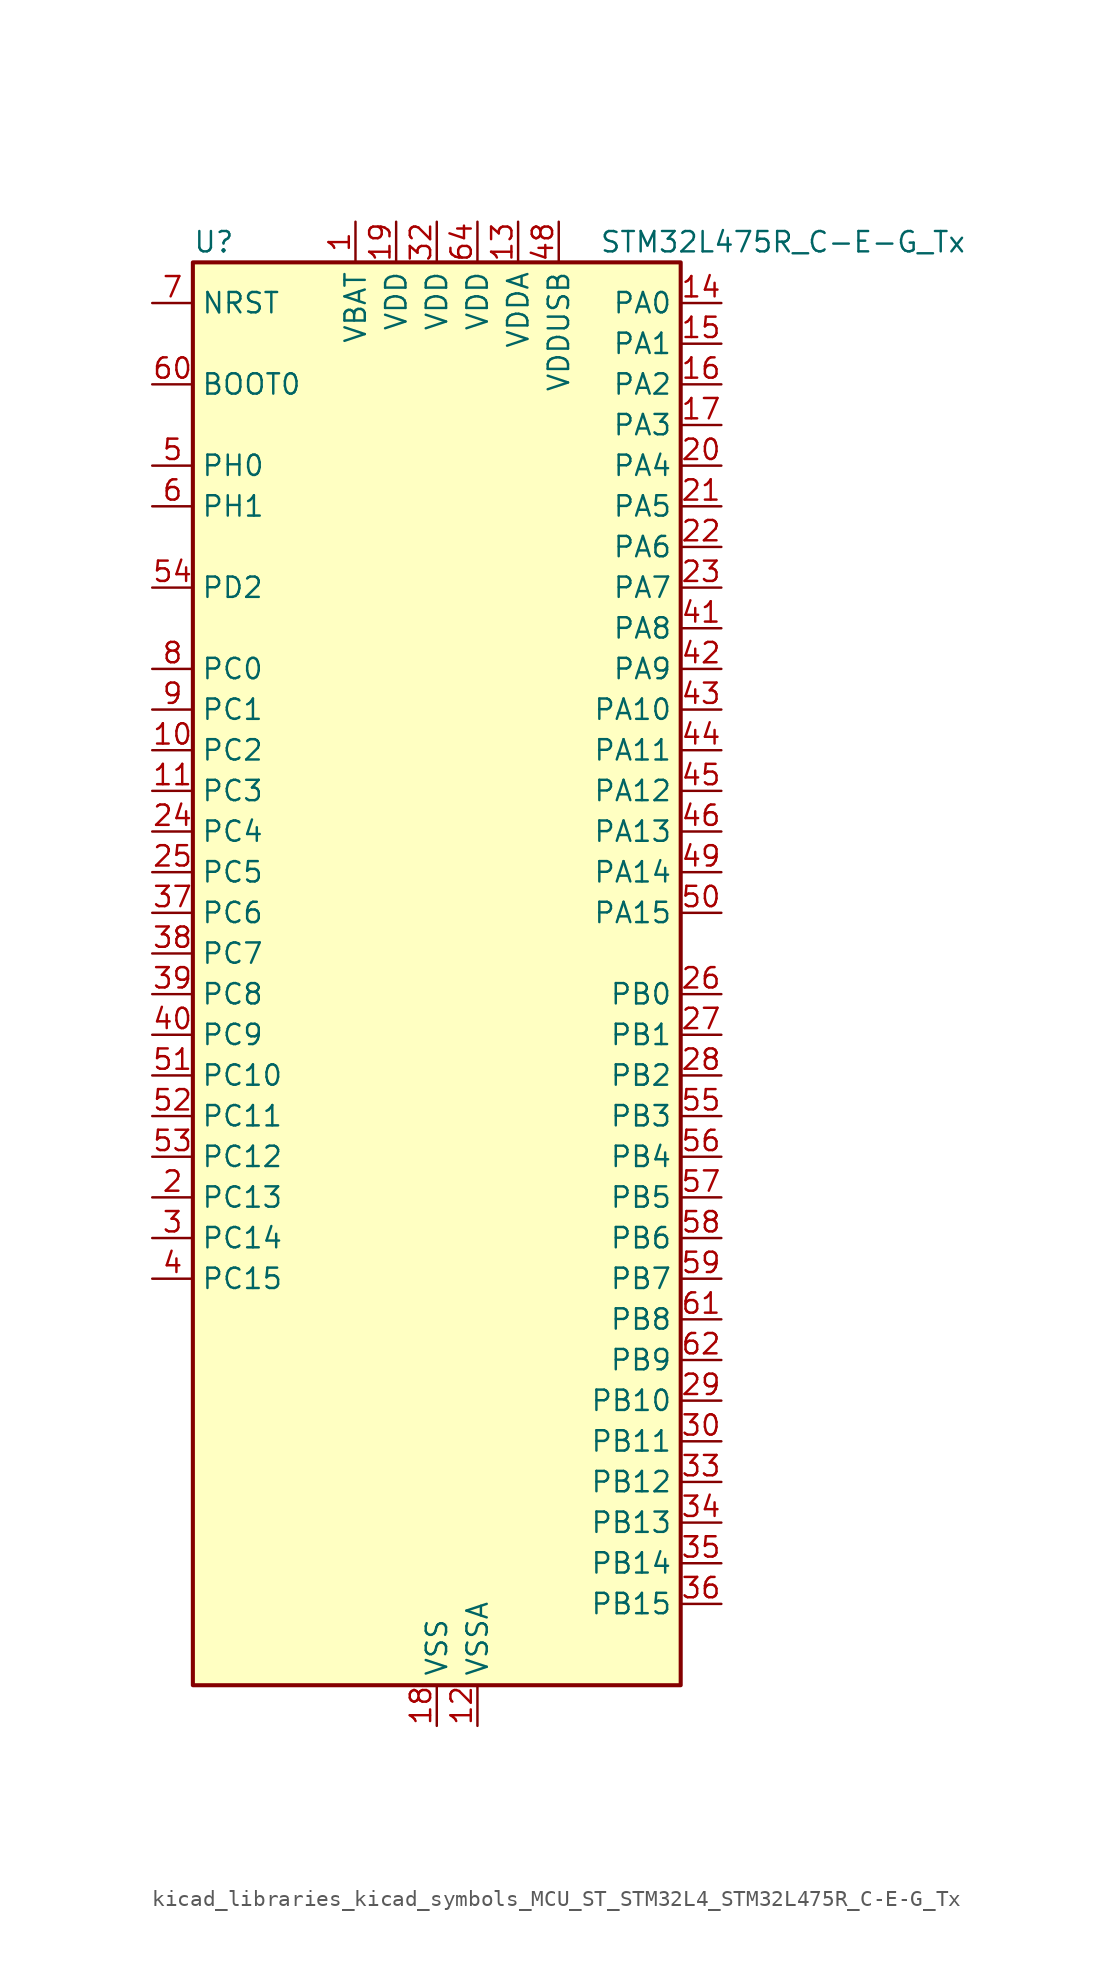
<source format=kicad_sym>
(kicad_symbol_lib
  (version 20220914)
  (generator kicad_symbol_editor)
  (symbol "kicad_libraries_kicad_symbols_MCU_ST_STM32L4_STM32L475R_C-E-G_Tx"
    (property "Reference" "U"
      (at -15.24 46.99 0)
      (effects (font (size 1.27 1.27)) (justify left)))
    (property "Value" "STM32L475R_C-E-G_Tx"
      (at 10.16 46.99 0)
      (effects (font (size 1.27 1.27)) (justify left)))
    (property "ki_locked" ""
      (at 0 0 0)
      (effects (font (size 1.27 1.27))))
    (symbol "kicad_libraries_kicad_symbols_MCU_ST_STM32L4_STM32L475R_C-E-G_Tx_0_1"
      (rectangle (start -15.24 -43.18) (end 15.24 45.72) (stroke (width 0.254) (type default)) (fill (type background))))
    (symbol "kicad_libraries_kicad_symbols_MCU_ST_STM32L4_STM32L475R_C-E-G_Tx_1_1"
      (pin power_in line (at -5.08 48.26 270) (length 2.54) (name "VBAT" (effects (font (size 1.27 1.27)))) (number "1" (effects (font (size 1.27 1.27)))))
      (pin bidirectional line (at -17.78 15.24 0) (length 2.54) (name "PC2" (effects (font (size 1.27 1.27)))) (number "10" (effects (font (size 1.27 1.27)))) (alternate "ADC1_IN3" bidirectional line) (alternate "ADC2_IN3" bidirectional line) (alternate "ADC3_IN3" bidirectional line) (alternate "DFSDM1_CKOUT" bidirectional line) (alternate "LPTIM1_IN2" bidirectional line) (alternate "SPI2_MISO" bidirectional line))
      (pin bidirectional line (at -17.78 12.7 0) (length 2.54) (name "PC3" (effects (font (size 1.27 1.27)))) (number "11" (effects (font (size 1.27 1.27)))) (alternate "ADC1_IN4" bidirectional line) (alternate "ADC2_IN4" bidirectional line) (alternate "ADC3_IN4" bidirectional line) (alternate "LPTIM1_ETR" bidirectional line) (alternate "LPTIM2_ETR" bidirectional line) (alternate "SAI1_SD_A" bidirectional line) (alternate "SPI2_MOSI" bidirectional line))
      (pin power_in line (at 2.54 -45.72 90) (length 2.54) (name "VSSA" (effects (font (size 1.27 1.27)))) (number "12" (effects (font (size 1.27 1.27)))))
      (pin power_in line (at 5.08 48.26 270) (length 2.54) (name "VDDA" (effects (font (size 1.27 1.27)))) (number "13" (effects (font (size 1.27 1.27)))))
      (pin bidirectional line (at 17.78 43.18 180) (length 2.54) (name "PA0" (effects (font (size 1.27 1.27)))) (number "14" (effects (font (size 1.27 1.27)))) (alternate "ADC1_IN5" bidirectional line) (alternate "ADC2_IN5" bidirectional line) (alternate "OPAMP1_VINP" bidirectional line) (alternate "RTC_TAMP2" bidirectional line) (alternate "SAI1_EXTCLK" bidirectional line) (alternate "SYS_WKUP1" bidirectional line) (alternate "TIM2_CH1" bidirectional line) (alternate "TIM2_ETR" bidirectional line) (alternate "TIM5_CH1" bidirectional line) (alternate "TIM8_ETR" bidirectional line) (alternate "UART4_TX" bidirectional line) (alternate "USART2_CTS" bidirectional line))
      (pin bidirectional line (at 17.78 40.64 180) (length 2.54) (name "PA1" (effects (font (size 1.27 1.27)))) (number "15" (effects (font (size 1.27 1.27)))) (alternate "ADC1_IN6" bidirectional line) (alternate "ADC2_IN6" bidirectional line) (alternate "OPAMP1_VINM" bidirectional line) (alternate "TIM15_CH1N" bidirectional line) (alternate "TIM2_CH2" bidirectional line) (alternate "TIM5_CH2" bidirectional line) (alternate "UART4_RX" bidirectional line) (alternate "USART2_DE" bidirectional line) (alternate "USART2_RTS" bidirectional line))
      (pin bidirectional line (at 17.78 38.1 180) (length 2.54) (name "PA2" (effects (font (size 1.27 1.27)))) (number "16" (effects (font (size 1.27 1.27)))) (alternate "ADC1_IN7" bidirectional line) (alternate "ADC2_IN7" bidirectional line) (alternate "RCC_LSCO" bidirectional line) (alternate "SAI2_EXTCLK" bidirectional line) (alternate "SYS_WKUP4" bidirectional line) (alternate "TIM15_CH1" bidirectional line) (alternate "TIM2_CH3" bidirectional line) (alternate "TIM5_CH3" bidirectional line) (alternate "USART2_TX" bidirectional line))
      (pin bidirectional line (at 17.78 35.56 180) (length 2.54) (name "PA3" (effects (font (size 1.27 1.27)))) (number "17" (effects (font (size 1.27 1.27)))) (alternate "ADC1_IN8" bidirectional line) (alternate "ADC2_IN8" bidirectional line) (alternate "OPAMP1_VOUT" bidirectional line) (alternate "TIM15_CH2" bidirectional line) (alternate "TIM2_CH4" bidirectional line) (alternate "TIM5_CH4" bidirectional line) (alternate "USART2_RX" bidirectional line))
      (pin power_in line (at 0 -45.72 90) (length 2.54) (name "VSS" (effects (font (size 1.27 1.27)))) (number "18" (effects (font (size 1.27 1.27)))))
      (pin power_in line (at -2.54 48.26 270) (length 2.54) (name "VDD" (effects (font (size 1.27 1.27)))) (number "19" (effects (font (size 1.27 1.27)))))
      (pin bidirectional line (at -17.78 -12.7 0) (length 2.54) (name "PC13" (effects (font (size 1.27 1.27)))) (number "2" (effects (font (size 1.27 1.27)))) (alternate "RTC_OUT_ALARM" bidirectional line) (alternate "RTC_OUT_CALIB" bidirectional line) (alternate "RTC_TAMP1" bidirectional line) (alternate "RTC_TS" bidirectional line) (alternate "SYS_WKUP2" bidirectional line))
      (pin bidirectional line (at 17.78 33.02 180) (length 2.54) (name "PA4" (effects (font (size 1.27 1.27)))) (number "20" (effects (font (size 1.27 1.27)))) (alternate "ADC1_IN9" bidirectional line) (alternate "ADC2_IN9" bidirectional line) (alternate "DAC1_OUT1" bidirectional line) (alternate "LPTIM2_OUT" bidirectional line) (alternate "SAI1_FS_B" bidirectional line) (alternate "SPI1_NSS" bidirectional line) (alternate "SPI3_NSS" bidirectional line) (alternate "USART2_CK" bidirectional line))
      (pin bidirectional line (at 17.78 30.48 180) (length 2.54) (name "PA5" (effects (font (size 1.27 1.27)))) (number "21" (effects (font (size 1.27 1.27)))) (alternate "ADC1_IN10" bidirectional line) (alternate "ADC2_IN10" bidirectional line) (alternate "DAC1_OUT2" bidirectional line) (alternate "LPTIM2_ETR" bidirectional line) (alternate "SPI1_SCK" bidirectional line) (alternate "TIM2_CH1" bidirectional line) (alternate "TIM2_ETR" bidirectional line) (alternate "TIM8_CH1N" bidirectional line))
      (pin bidirectional line (at 17.78 27.94 180) (length 2.54) (name "PA6" (effects (font (size 1.27 1.27)))) (number "22" (effects (font (size 1.27 1.27)))) (alternate "ADC1_IN11" bidirectional line) (alternate "ADC2_IN11" bidirectional line) (alternate "OPAMP2_VINP" bidirectional line) (alternate "QUADSPI_BK1_IO3" bidirectional line) (alternate "SPI1_MISO" bidirectional line) (alternate "TIM16_CH1" bidirectional line) (alternate "TIM1_BKIN" bidirectional line) (alternate "TIM1_BKIN_COMP2" bidirectional line) (alternate "TIM3_CH1" bidirectional line) (alternate "TIM8_BKIN" bidirectional line) (alternate "TIM8_BKIN_COMP2" bidirectional line) (alternate "USART3_CTS" bidirectional line))
      (pin bidirectional line (at 17.78 25.4 180) (length 2.54) (name "PA7" (effects (font (size 1.27 1.27)))) (number "23" (effects (font (size 1.27 1.27)))) (alternate "ADC1_IN12" bidirectional line) (alternate "ADC2_IN12" bidirectional line) (alternate "OPAMP2_VINM" bidirectional line) (alternate "QUADSPI_BK1_IO2" bidirectional line) (alternate "SPI1_MOSI" bidirectional line) (alternate "TIM17_CH1" bidirectional line) (alternate "TIM1_CH1N" bidirectional line) (alternate "TIM3_CH2" bidirectional line) (alternate "TIM8_CH1N" bidirectional line))
      (pin bidirectional line (at -17.78 10.16 0) (length 2.54) (name "PC4" (effects (font (size 1.27 1.27)))) (number "24" (effects (font (size 1.27 1.27)))) (alternate "ADC1_IN13" bidirectional line) (alternate "ADC2_IN13" bidirectional line) (alternate "COMP1_INM" bidirectional line) (alternate "USART3_TX" bidirectional line))
      (pin bidirectional line (at -17.78 7.62 0) (length 2.54) (name "PC5" (effects (font (size 1.27 1.27)))) (number "25" (effects (font (size 1.27 1.27)))) (alternate "ADC1_IN14" bidirectional line) (alternate "ADC2_IN14" bidirectional line) (alternate "COMP1_INP" bidirectional line) (alternate "SYS_WKUP5" bidirectional line) (alternate "USART3_RX" bidirectional line))
      (pin bidirectional line (at 17.78 0 180) (length 2.54) (name "PB0" (effects (font (size 1.27 1.27)))) (number "26" (effects (font (size 1.27 1.27)))) (alternate "ADC1_IN15" bidirectional line) (alternate "ADC2_IN15" bidirectional line) (alternate "COMP1_OUT" bidirectional line) (alternate "OPAMP2_VOUT" bidirectional line) (alternate "QUADSPI_BK1_IO1" bidirectional line) (alternate "TIM1_CH2N" bidirectional line) (alternate "TIM3_CH3" bidirectional line) (alternate "TIM8_CH2N" bidirectional line) (alternate "USART3_CK" bidirectional line))
      (pin bidirectional line (at 17.78 -2.54 180) (length 2.54) (name "PB1" (effects (font (size 1.27 1.27)))) (number "27" (effects (font (size 1.27 1.27)))) (alternate "ADC1_IN16" bidirectional line) (alternate "ADC2_IN16" bidirectional line) (alternate "COMP1_INM" bidirectional line) (alternate "DFSDM1_DATIN0" bidirectional line) (alternate "LPTIM2_IN1" bidirectional line) (alternate "QUADSPI_BK1_IO0" bidirectional line) (alternate "TIM1_CH3N" bidirectional line) (alternate "TIM3_CH4" bidirectional line) (alternate "TIM8_CH3N" bidirectional line) (alternate "USART3_DE" bidirectional line) (alternate "USART3_RTS" bidirectional line))
      (pin bidirectional line (at 17.78 -5.08 180) (length 2.54) (name "PB2" (effects (font (size 1.27 1.27)))) (number "28" (effects (font (size 1.27 1.27)))) (alternate "COMP1_INP" bidirectional line) (alternate "DFSDM1_CKIN0" bidirectional line) (alternate "I2C3_SMBA" bidirectional line) (alternate "LPTIM1_OUT" bidirectional line) (alternate "RTC_OUT_ALARM" bidirectional line) (alternate "RTC_OUT_CALIB" bidirectional line))
      (pin bidirectional line (at 17.78 -25.4 180) (length 2.54) (name "PB10" (effects (font (size 1.27 1.27)))) (number "29" (effects (font (size 1.27 1.27)))) (alternate "COMP1_OUT" bidirectional line) (alternate "DFSDM1_DATIN7" bidirectional line) (alternate "I2C2_SCL" bidirectional line) (alternate "LPUART1_RX" bidirectional line) (alternate "QUADSPI_CLK" bidirectional line) (alternate "SAI1_SCK_A" bidirectional line) (alternate "SPI2_SCK" bidirectional line) (alternate "TIM2_CH3" bidirectional line) (alternate "USART3_TX" bidirectional line))
      (pin bidirectional line (at -17.78 -15.24 0) (length 2.54) (name "PC14" (effects (font (size 1.27 1.27)))) (number "3" (effects (font (size 1.27 1.27)))) (alternate "RCC_OSC32_IN" bidirectional line))
      (pin bidirectional line (at 17.78 -27.94 180) (length 2.54) (name "PB11" (effects (font (size 1.27 1.27)))) (number "30" (effects (font (size 1.27 1.27)))) (alternate "ADC1_EXTI11" bidirectional line) (alternate "ADC2_EXTI11" bidirectional line) (alternate "ADC3_EXTI11" bidirectional line) (alternate "COMP2_OUT" bidirectional line) (alternate "DFSDM1_CKIN7" bidirectional line) (alternate "I2C2_SDA" bidirectional line) (alternate "LPUART1_TX" bidirectional line) (alternate "QUADSPI_NCS" bidirectional line) (alternate "TIM2_CH4" bidirectional line) (alternate "USART3_RX" bidirectional line))
      (pin passive line (at 0 -45.72 90) (length 2.54) hide (name "VSS" (effects (font (size 1.27 1.27)))) (number "31" (effects (font (size 1.27 1.27)))))
      (pin power_in line (at 0 48.26 270) (length 2.54) (name "VDD" (effects (font (size 1.27 1.27)))) (number "32" (effects (font (size 1.27 1.27)))))
      (pin bidirectional line (at 17.78 -30.48 180) (length 2.54) (name "PB12" (effects (font (size 1.27 1.27)))) (number "33" (effects (font (size 1.27 1.27)))) (alternate "DFSDM1_DATIN1" bidirectional line) (alternate "I2C2_SMBA" bidirectional line) (alternate "LPUART1_DE" bidirectional line) (alternate "LPUART1_RTS" bidirectional line) (alternate "SAI2_FS_A" bidirectional line) (alternate "SPI2_NSS" bidirectional line) (alternate "SWPMI1_IO" bidirectional line) (alternate "TIM15_BKIN" bidirectional line) (alternate "TIM1_BKIN" bidirectional line) (alternate "TIM1_BKIN_COMP2" bidirectional line) (alternate "TSC_G1_IO1" bidirectional line) (alternate "USART3_CK" bidirectional line))
      (pin bidirectional line (at 17.78 -33.02 180) (length 2.54) (name "PB13" (effects (font (size 1.27 1.27)))) (number "34" (effects (font (size 1.27 1.27)))) (alternate "DFSDM1_CKIN1" bidirectional line) (alternate "I2C2_SCL" bidirectional line) (alternate "LPUART1_CTS" bidirectional line) (alternate "SAI2_SCK_A" bidirectional line) (alternate "SPI2_SCK" bidirectional line) (alternate "SWPMI1_TX" bidirectional line) (alternate "TIM15_CH1N" bidirectional line) (alternate "TIM1_CH1N" bidirectional line) (alternate "TSC_G1_IO2" bidirectional line) (alternate "USART3_CTS" bidirectional line))
      (pin bidirectional line (at 17.78 -35.56 180) (length 2.54) (name "PB14" (effects (font (size 1.27 1.27)))) (number "35" (effects (font (size 1.27 1.27)))) (alternate "DFSDM1_DATIN2" bidirectional line) (alternate "I2C2_SDA" bidirectional line) (alternate "SAI2_MCLK_A" bidirectional line) (alternate "SPI2_MISO" bidirectional line) (alternate "SWPMI1_RX" bidirectional line) (alternate "TIM15_CH1" bidirectional line) (alternate "TIM1_CH2N" bidirectional line) (alternate "TIM8_CH2N" bidirectional line) (alternate "TSC_G1_IO3" bidirectional line) (alternate "USART3_DE" bidirectional line) (alternate "USART3_RTS" bidirectional line))
      (pin bidirectional line (at 17.78 -38.1 180) (length 2.54) (name "PB15" (effects (font (size 1.27 1.27)))) (number "36" (effects (font (size 1.27 1.27)))) (alternate "ADC1_EXTI15" bidirectional line) (alternate "ADC2_EXTI15" bidirectional line) (alternate "ADC3_EXTI15" bidirectional line) (alternate "DFSDM1_CKIN2" bidirectional line) (alternate "RTC_REFIN" bidirectional line) (alternate "SAI2_SD_A" bidirectional line) (alternate "SPI2_MOSI" bidirectional line) (alternate "SWPMI1_SUSPEND" bidirectional line) (alternate "TIM15_CH2" bidirectional line) (alternate "TIM1_CH3N" bidirectional line) (alternate "TIM8_CH3N" bidirectional line) (alternate "TSC_G1_IO4" bidirectional line))
      (pin bidirectional line (at -17.78 5.08 0) (length 2.54) (name "PC6" (effects (font (size 1.27 1.27)))) (number "37" (effects (font (size 1.27 1.27)))) (alternate "DFSDM1_CKIN3" bidirectional line) (alternate "SAI2_MCLK_A" bidirectional line) (alternate "SDMMC1_D6" bidirectional line) (alternate "TIM3_CH1" bidirectional line) (alternate "TIM8_CH1" bidirectional line) (alternate "TSC_G4_IO1" bidirectional line))
      (pin bidirectional line (at -17.78 2.54 0) (length 2.54) (name "PC7" (effects (font (size 1.27 1.27)))) (number "38" (effects (font (size 1.27 1.27)))) (alternate "DFSDM1_DATIN3" bidirectional line) (alternate "SAI2_MCLK_B" bidirectional line) (alternate "SDMMC1_D7" bidirectional line) (alternate "TIM3_CH2" bidirectional line) (alternate "TIM8_CH2" bidirectional line) (alternate "TSC_G4_IO2" bidirectional line))
      (pin bidirectional line (at -17.78 0 0) (length 2.54) (name "PC8" (effects (font (size 1.27 1.27)))) (number "39" (effects (font (size 1.27 1.27)))) (alternate "SDMMC1_D0" bidirectional line) (alternate "TIM3_CH3" bidirectional line) (alternate "TIM8_CH3" bidirectional line) (alternate "TSC_G4_IO3" bidirectional line))
      (pin bidirectional line (at -17.78 -17.78 0) (length 2.54) (name "PC15" (effects (font (size 1.27 1.27)))) (number "4" (effects (font (size 1.27 1.27)))) (alternate "ADC1_EXTI15" bidirectional line) (alternate "ADC2_EXTI15" bidirectional line) (alternate "ADC3_EXTI15" bidirectional line) (alternate "RCC_OSC32_OUT" bidirectional line))
      (pin bidirectional line (at -17.78 -2.54 0) (length 2.54) (name "PC9" (effects (font (size 1.27 1.27)))) (number "40" (effects (font (size 1.27 1.27)))) (alternate "DAC1_EXTI9" bidirectional line) (alternate "SAI2_EXTCLK" bidirectional line) (alternate "SDMMC1_D1" bidirectional line) (alternate "TIM3_CH4" bidirectional line) (alternate "TIM8_BKIN2" bidirectional line) (alternate "TIM8_BKIN2_COMP1" bidirectional line) (alternate "TIM8_CH4" bidirectional line) (alternate "TSC_G4_IO4" bidirectional line) (alternate "USB_OTG_FS_NOE" bidirectional line))
      (pin bidirectional line (at 17.78 22.86 180) (length 2.54) (name "PA8" (effects (font (size 1.27 1.27)))) (number "41" (effects (font (size 1.27 1.27)))) (alternate "LPTIM2_OUT" bidirectional line) (alternate "RCC_MCO" bidirectional line) (alternate "TIM1_CH1" bidirectional line) (alternate "USART1_CK" bidirectional line) (alternate "USB_OTG_FS_SOF" bidirectional line))
      (pin bidirectional line (at 17.78 20.32 180) (length 2.54) (name "PA9" (effects (font (size 1.27 1.27)))) (number "42" (effects (font (size 1.27 1.27)))) (alternate "DAC1_EXTI9" bidirectional line) (alternate "TIM15_BKIN" bidirectional line) (alternate "TIM1_CH2" bidirectional line) (alternate "USART1_TX" bidirectional line) (alternate "USB_OTG_FS_VBUS" bidirectional line))
      (pin bidirectional line (at 17.78 17.78 180) (length 2.54) (name "PA10" (effects (font (size 1.27 1.27)))) (number "43" (effects (font (size 1.27 1.27)))) (alternate "TIM17_BKIN" bidirectional line) (alternate "TIM1_CH3" bidirectional line) (alternate "USART1_RX" bidirectional line) (alternate "USB_OTG_FS_ID" bidirectional line))
      (pin bidirectional line (at 17.78 15.24 180) (length 2.54) (name "PA11" (effects (font (size 1.27 1.27)))) (number "44" (effects (font (size 1.27 1.27)))) (alternate "ADC1_EXTI11" bidirectional line) (alternate "ADC2_EXTI11" bidirectional line) (alternate "ADC3_EXTI11" bidirectional line) (alternate "CAN1_RX" bidirectional line) (alternate "TIM1_BKIN2" bidirectional line) (alternate "TIM1_BKIN2_COMP1" bidirectional line) (alternate "TIM1_CH4" bidirectional line) (alternate "USART1_CTS" bidirectional line) (alternate "USB_OTG_FS_DM" bidirectional line))
      (pin bidirectional line (at 17.78 12.7 180) (length 2.54) (name "PA12" (effects (font (size 1.27 1.27)))) (number "45" (effects (font (size 1.27 1.27)))) (alternate "CAN1_TX" bidirectional line) (alternate "TIM1_ETR" bidirectional line) (alternate "USART1_DE" bidirectional line) (alternate "USART1_RTS" bidirectional line) (alternate "USB_OTG_FS_DP" bidirectional line))
      (pin bidirectional line (at 17.78 10.16 180) (length 2.54) (name "PA13" (effects (font (size 1.27 1.27)))) (number "46" (effects (font (size 1.27 1.27)))) (alternate "IR_OUT" bidirectional line) (alternate "SYS_JTMS-SWDIO" bidirectional line) (alternate "USB_OTG_FS_NOE" bidirectional line))
      (pin passive line (at 0 -45.72 90) (length 2.54) hide (name "VSS" (effects (font (size 1.27 1.27)))) (number "47" (effects (font (size 1.27 1.27)))))
      (pin power_in line (at 7.62 48.26 270) (length 2.54) (name "VDDUSB" (effects (font (size 1.27 1.27)))) (number "48" (effects (font (size 1.27 1.27)))))
      (pin bidirectional line (at 17.78 7.62 180) (length 2.54) (name "PA14" (effects (font (size 1.27 1.27)))) (number "49" (effects (font (size 1.27 1.27)))) (alternate "SYS_JTCK-SWCLK" bidirectional line))
      (pin bidirectional line (at -17.78 33.02 0) (length 2.54) (name "PH0" (effects (font (size 1.27 1.27)))) (number "5" (effects (font (size 1.27 1.27)))) (alternate "RCC_OSC_IN" bidirectional line))
      (pin bidirectional line (at 17.78 5.08 180) (length 2.54) (name "PA15" (effects (font (size 1.27 1.27)))) (number "50" (effects (font (size 1.27 1.27)))) (alternate "ADC1_EXTI15" bidirectional line) (alternate "ADC2_EXTI15" bidirectional line) (alternate "ADC3_EXTI15" bidirectional line) (alternate "SAI2_FS_B" bidirectional line) (alternate "SPI1_NSS" bidirectional line) (alternate "SPI3_NSS" bidirectional line) (alternate "SYS_JTDI" bidirectional line) (alternate "TIM2_CH1" bidirectional line) (alternate "TIM2_ETR" bidirectional line) (alternate "TSC_G3_IO1" bidirectional line) (alternate "UART4_DE" bidirectional line) (alternate "UART4_RTS" bidirectional line))
      (pin bidirectional line (at -17.78 -5.08 0) (length 2.54) (name "PC10" (effects (font (size 1.27 1.27)))) (number "51" (effects (font (size 1.27 1.27)))) (alternate "SAI2_SCK_B" bidirectional line) (alternate "SDMMC1_D2" bidirectional line) (alternate "SPI3_SCK" bidirectional line) (alternate "TSC_G3_IO2" bidirectional line) (alternate "UART4_TX" bidirectional line) (alternate "USART3_TX" bidirectional line))
      (pin bidirectional line (at -17.78 -7.62 0) (length 2.54) (name "PC11" (effects (font (size 1.27 1.27)))) (number "52" (effects (font (size 1.27 1.27)))) (alternate "ADC1_EXTI11" bidirectional line) (alternate "ADC2_EXTI11" bidirectional line) (alternate "ADC3_EXTI11" bidirectional line) (alternate "SAI2_MCLK_B" bidirectional line) (alternate "SDMMC1_D3" bidirectional line) (alternate "SPI3_MISO" bidirectional line) (alternate "TSC_G3_IO3" bidirectional line) (alternate "UART4_RX" bidirectional line) (alternate "USART3_RX" bidirectional line))
      (pin bidirectional line (at -17.78 -10.16 0) (length 2.54) (name "PC12" (effects (font (size 1.27 1.27)))) (number "53" (effects (font (size 1.27 1.27)))) (alternate "SAI2_SD_B" bidirectional line) (alternate "SDMMC1_CK" bidirectional line) (alternate "SPI3_MOSI" bidirectional line) (alternate "TSC_G3_IO4" bidirectional line) (alternate "UART5_TX" bidirectional line) (alternate "USART3_CK" bidirectional line))
      (pin bidirectional line (at -17.78 25.4 0) (length 2.54) (name "PD2" (effects (font (size 1.27 1.27)))) (number "54" (effects (font (size 1.27 1.27)))) (alternate "SDMMC1_CMD" bidirectional line) (alternate "TIM3_ETR" bidirectional line) (alternate "TSC_SYNC" bidirectional line) (alternate "UART5_RX" bidirectional line) (alternate "USART3_DE" bidirectional line) (alternate "USART3_RTS" bidirectional line))
      (pin bidirectional line (at 17.78 -7.62 180) (length 2.54) (name "PB3" (effects (font (size 1.27 1.27)))) (number "55" (effects (font (size 1.27 1.27)))) (alternate "COMP2_INM" bidirectional line) (alternate "SAI1_SCK_B" bidirectional line) (alternate "SPI1_SCK" bidirectional line) (alternate "SPI3_SCK" bidirectional line) (alternate "SYS_JTDO-SWO" bidirectional line) (alternate "TIM2_CH2" bidirectional line) (alternate "USART1_DE" bidirectional line) (alternate "USART1_RTS" bidirectional line))
      (pin bidirectional line (at 17.78 -10.16 180) (length 2.54) (name "PB4" (effects (font (size 1.27 1.27)))) (number "56" (effects (font (size 1.27 1.27)))) (alternate "COMP2_INP" bidirectional line) (alternate "SAI1_MCLK_B" bidirectional line) (alternate "SPI1_MISO" bidirectional line) (alternate "SPI3_MISO" bidirectional line) (alternate "SYS_JTRST" bidirectional line) (alternate "TIM17_BKIN" bidirectional line) (alternate "TIM3_CH1" bidirectional line) (alternate "TSC_G2_IO1" bidirectional line) (alternate "UART5_DE" bidirectional line) (alternate "UART5_RTS" bidirectional line) (alternate "USART1_CTS" bidirectional line))
      (pin bidirectional line (at 17.78 -12.7 180) (length 2.54) (name "PB5" (effects (font (size 1.27 1.27)))) (number "57" (effects (font (size 1.27 1.27)))) (alternate "COMP2_OUT" bidirectional line) (alternate "I2C1_SMBA" bidirectional line) (alternate "LPTIM1_IN1" bidirectional line) (alternate "SAI1_SD_B" bidirectional line) (alternate "SPI1_MOSI" bidirectional line) (alternate "SPI3_MOSI" bidirectional line) (alternate "TIM16_BKIN" bidirectional line) (alternate "TIM3_CH2" bidirectional line) (alternate "TSC_G2_IO2" bidirectional line) (alternate "UART5_CTS" bidirectional line) (alternate "USART1_CK" bidirectional line))
      (pin bidirectional line (at 17.78 -15.24 180) (length 2.54) (name "PB6" (effects (font (size 1.27 1.27)))) (number "58" (effects (font (size 1.27 1.27)))) (alternate "COMP2_INP" bidirectional line) (alternate "DFSDM1_DATIN5" bidirectional line) (alternate "I2C1_SCL" bidirectional line) (alternate "LPTIM1_ETR" bidirectional line) (alternate "SAI1_FS_B" bidirectional line) (alternate "TIM16_CH1N" bidirectional line) (alternate "TIM4_CH1" bidirectional line) (alternate "TIM8_BKIN2" bidirectional line) (alternate "TIM8_BKIN2_COMP2" bidirectional line) (alternate "TSC_G2_IO3" bidirectional line) (alternate "USART1_TX" bidirectional line))
      (pin bidirectional line (at 17.78 -17.78 180) (length 2.54) (name "PB7" (effects (font (size 1.27 1.27)))) (number "59" (effects (font (size 1.27 1.27)))) (alternate "COMP2_INM" bidirectional line) (alternate "DFSDM1_CKIN5" bidirectional line) (alternate "I2C1_SDA" bidirectional line) (alternate "LPTIM1_IN2" bidirectional line) (alternate "SYS_PVD_IN" bidirectional line) (alternate "TIM17_CH1N" bidirectional line) (alternate "TIM4_CH2" bidirectional line) (alternate "TIM8_BKIN" bidirectional line) (alternate "TIM8_BKIN_COMP1" bidirectional line) (alternate "TSC_G2_IO4" bidirectional line) (alternate "UART4_CTS" bidirectional line) (alternate "USART1_RX" bidirectional line))
      (pin bidirectional line (at -17.78 30.48 0) (length 2.54) (name "PH1" (effects (font (size 1.27 1.27)))) (number "6" (effects (font (size 1.27 1.27)))) (alternate "RCC_OSC_OUT" bidirectional line))
      (pin input line (at -17.78 38.1 0) (length 2.54) (name "BOOT0" (effects (font (size 1.27 1.27)))) (number "60" (effects (font (size 1.27 1.27)))))
      (pin bidirectional line (at 17.78 -20.32 180) (length 2.54) (name "PB8" (effects (font (size 1.27 1.27)))) (number "61" (effects (font (size 1.27 1.27)))) (alternate "CAN1_RX" bidirectional line) (alternate "DFSDM1_DATIN6" bidirectional line) (alternate "I2C1_SCL" bidirectional line) (alternate "SAI1_MCLK_A" bidirectional line) (alternate "SDMMC1_D4" bidirectional line) (alternate "TIM16_CH1" bidirectional line) (alternate "TIM4_CH3" bidirectional line))
      (pin bidirectional line (at 17.78 -22.86 180) (length 2.54) (name "PB9" (effects (font (size 1.27 1.27)))) (number "62" (effects (font (size 1.27 1.27)))) (alternate "CAN1_TX" bidirectional line) (alternate "DAC1_EXTI9" bidirectional line) (alternate "DFSDM1_CKIN6" bidirectional line) (alternate "I2C1_SDA" bidirectional line) (alternate "IR_OUT" bidirectional line) (alternate "SAI1_FS_A" bidirectional line) (alternate "SDMMC1_D5" bidirectional line) (alternate "SPI2_NSS" bidirectional line) (alternate "TIM17_CH1" bidirectional line) (alternate "TIM4_CH4" bidirectional line))
      (pin passive line (at 0 -45.72 90) (length 2.54) hide (name "VSS" (effects (font (size 1.27 1.27)))) (number "63" (effects (font (size 1.27 1.27)))))
      (pin power_in line (at 2.54 48.26 270) (length 2.54) (name "VDD" (effects (font (size 1.27 1.27)))) (number "64" (effects (font (size 1.27 1.27)))))
      (pin input line (at -17.78 43.18 0) (length 2.54) (name "NRST" (effects (font (size 1.27 1.27)))) (number "7" (effects (font (size 1.27 1.27)))))
      (pin bidirectional line (at -17.78 20.32 0) (length 2.54) (name "PC0" (effects (font (size 1.27 1.27)))) (number "8" (effects (font (size 1.27 1.27)))) (alternate "ADC1_IN1" bidirectional line) (alternate "ADC2_IN1" bidirectional line) (alternate "ADC3_IN1" bidirectional line) (alternate "DFSDM1_DATIN4" bidirectional line) (alternate "I2C3_SCL" bidirectional line) (alternate "LPTIM1_IN1" bidirectional line) (alternate "LPTIM2_IN1" bidirectional line) (alternate "LPUART1_RX" bidirectional line))
      (pin bidirectional line (at -17.78 17.78 0) (length 2.54) (name "PC1" (effects (font (size 1.27 1.27)))) (number "9" (effects (font (size 1.27 1.27)))) (alternate "ADC1_IN2" bidirectional line) (alternate "ADC2_IN2" bidirectional line) (alternate "ADC3_IN2" bidirectional line) (alternate "DFSDM1_CKIN4" bidirectional line) (alternate "I2C3_SDA" bidirectional line) (alternate "LPTIM1_OUT" bidirectional line) (alternate "LPUART1_TX" bidirectional line)))))
</source>
